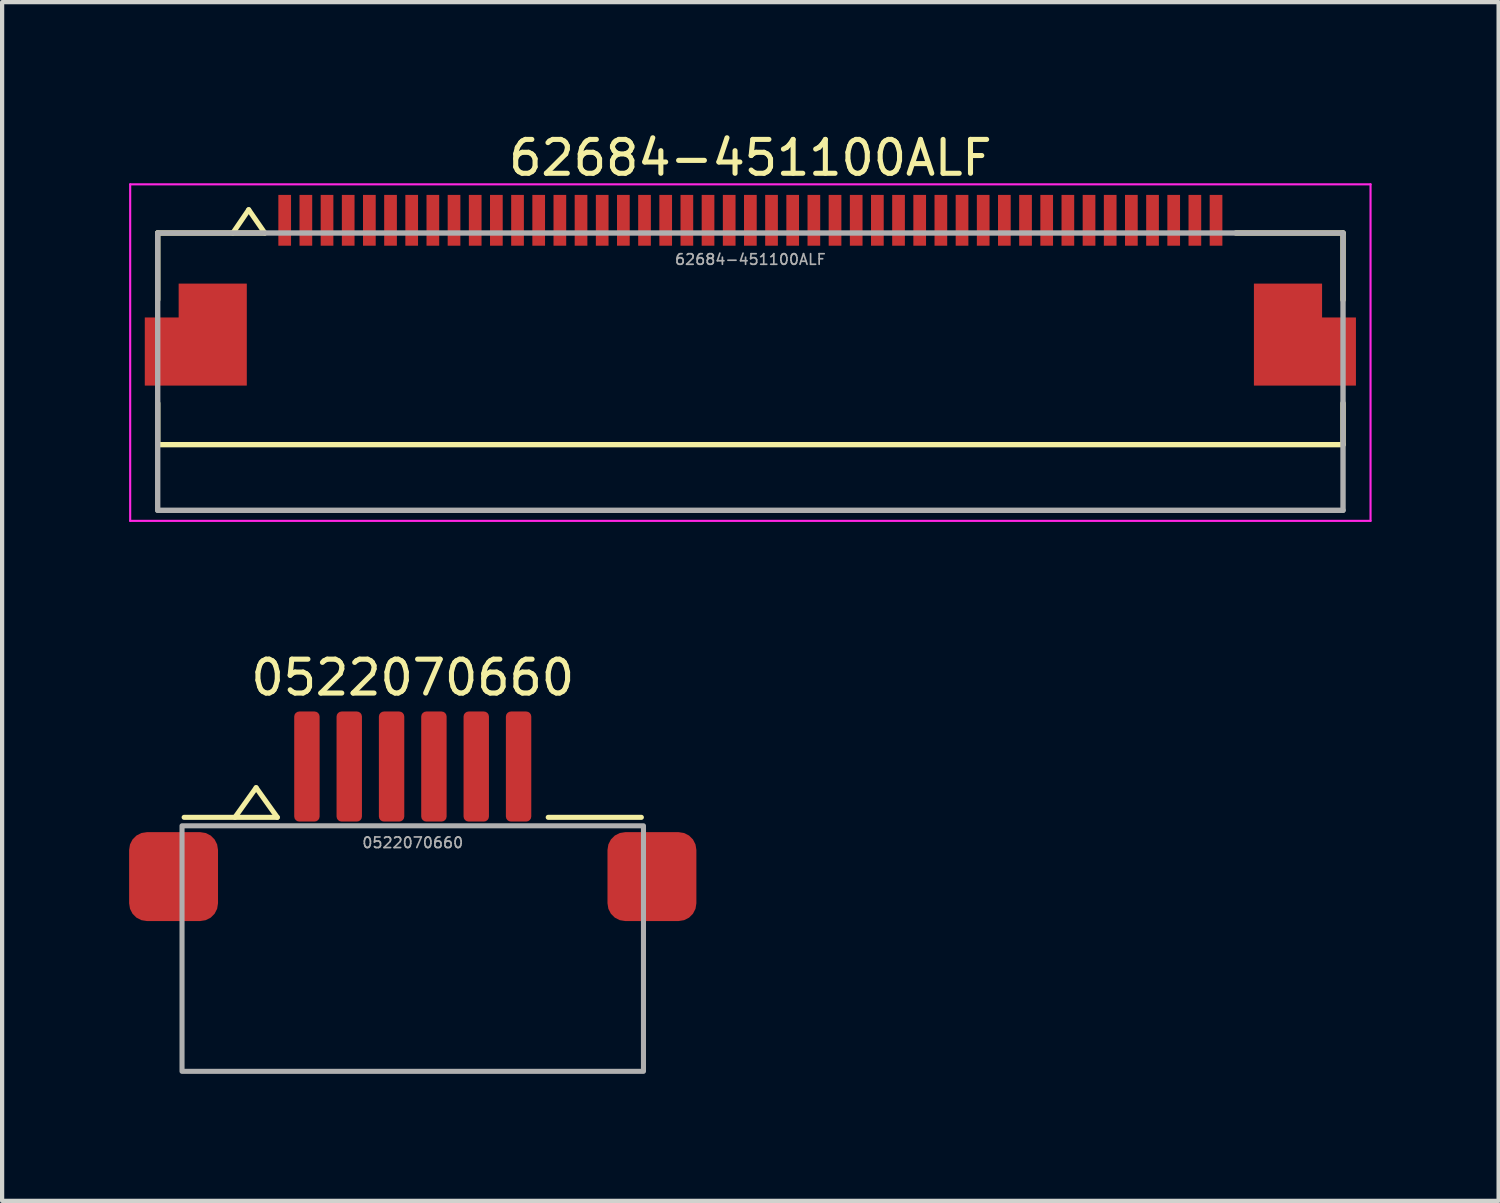
<source format=kicad_pcb>
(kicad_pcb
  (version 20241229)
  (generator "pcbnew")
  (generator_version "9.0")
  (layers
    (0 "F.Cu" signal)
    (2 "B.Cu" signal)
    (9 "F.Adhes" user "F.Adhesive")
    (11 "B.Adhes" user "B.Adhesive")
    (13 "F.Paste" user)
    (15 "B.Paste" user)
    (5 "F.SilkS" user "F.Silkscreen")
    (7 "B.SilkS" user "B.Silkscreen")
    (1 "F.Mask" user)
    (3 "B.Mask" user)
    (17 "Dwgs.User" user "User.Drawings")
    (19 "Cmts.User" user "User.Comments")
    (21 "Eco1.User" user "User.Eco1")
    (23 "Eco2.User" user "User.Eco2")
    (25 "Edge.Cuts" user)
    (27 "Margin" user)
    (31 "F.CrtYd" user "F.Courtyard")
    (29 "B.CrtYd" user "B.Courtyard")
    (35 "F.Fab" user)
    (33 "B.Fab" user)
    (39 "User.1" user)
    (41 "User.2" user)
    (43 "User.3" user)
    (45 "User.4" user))
  (footprint "62684-451100ALF"
    (layer "F.Cu")
    (at 14.675 2.154)
    (property "Reference" "62684-451100ALF" (at 0 -1.475 0) (unlocked yes) (layer "F.SilkS") (effects (font (size 0.8 0.8) (thickness 0.12))))
    (attr smd)
    (fp_line (start -14 0.3) (end -14 1.88) (stroke (width 0.127) (type solid)) (layer "F.SilkS"))
    (fp_line (start -14 0.3) (end -11.47 0.3) (stroke (width 0.127) (type solid)) (layer "F.SilkS"))
    (fp_line (start -14 5.3) (end -14 4.32) (stroke (width 0.127) (type solid)) (layer "F.SilkS"))
    (fp_line (start -11.85 -0.25) (end -12.225 0.3) (stroke (width 0.12) (type default)) (layer "F.SilkS"))
    (fp_line (start -11.47 0.3) (end -11.85 -0.25) (stroke (width 0.12) (type default)) (layer "F.SilkS"))
    (fp_line (start 14 0.3) (end 11.47 0.3) (stroke (width 0.127) (type solid)) (layer "F.SilkS"))
    (fp_line (start 14 1.88) (end 14 0.3) (stroke (width 0.127) (type solid)) (layer "F.SilkS"))
    (fp_line (start 14 4.32) (end 14 5.3) (stroke (width 0.127) (type solid)) (layer "F.SilkS"))
    (fp_line (start 14 5.3) (end -14 5.3) (stroke (width 0.127) (type solid)) (layer "F.SilkS"))
    (fp_rect (start -14.3 2.3) (end -11.9 3.9) (stroke (width 0) (type default)) (fill yes) (layer "F.Paste"))
    (fp_rect (start 11.9 2.3) (end 14.3 3.9) (stroke (width 0) (type default)) (fill yes) (layer "F.Paste"))
    (fp_line (start -14.65 -0.85) (end 14.65 -0.85) (stroke (width 0.05) (type solid)) (layer "F.CrtYd"))
    (fp_line (start -14.65 7.1) (end -14.65 -0.85) (stroke (width 0.05) (type solid)) (layer "F.CrtYd"))
    (fp_line (start 14.65 -0.85) (end 14.65 7.1) (stroke (width 0.05) (type solid)) (layer "F.CrtYd"))
    (fp_line (start 14.65 7.1) (end -14.65 7.1) (stroke (width 0.05) (type solid)) (layer "F.CrtYd"))
    (fp_line (start -14 0.3) (end 14 0.3) (stroke (width 0.127) (type solid)) (layer "F.Fab"))
    (fp_line (start -14 6.85) (end -14 0.3) (stroke (width 0.127) (type solid)) (layer "F.Fab"))
    (fp_line (start 14 0.3) (end 14 6.85) (stroke (width 0.127) (type solid)) (layer "F.Fab"))
    (fp_line (start 14 6.85) (end -14 6.85) (stroke (width 0.127) (type solid)) (layer "F.Fab"))
    (fp_text user "${REFERENCE}" (at 0 0.925 0) (unlocked yes) (layer "F.Fab") (effects (font (size 0.25 0.25) (thickness 0.04))))
    (pad "01" smd rect (at -11 0) (size 0.3 1.2) (layers "F.Cu" "F.Mask" "F.Paste"))
    (pad "02" smd rect (at -10.5 0) (size 0.3 1.2) (layers "F.Cu" "F.Mask" "F.Paste"))
    (pad "03" smd rect (at -10 0) (size 0.3 1.2) (layers "F.Cu" "F.Mask" "F.Paste"))
    (pad "04" smd rect (at -9.5 0) (size 0.3 1.2) (layers "F.Cu" "F.Mask" "F.Paste"))
    (pad "05" smd rect (at -9 0) (size 0.3 1.2) (layers "F.Cu" "F.Mask" "F.Paste"))
    (pad "06" smd rect (at -8.5 0) (size 0.3 1.2) (layers "F.Cu" "F.Mask" "F.Paste"))
    (pad "07" smd rect (at -8 0) (size 0.3 1.2) (layers "F.Cu" "F.Mask" "F.Paste"))
    (pad "08" smd rect (at -7.5 0) (size 0.3 1.2) (layers "F.Cu" "F.Mask" "F.Paste"))
    (pad "09" smd rect (at -7 0) (size 0.3 1.2) (layers "F.Cu" "F.Mask" "F.Paste"))
    (pad "10" smd rect (at -6.5 0) (size 0.3 1.2) (layers "F.Cu" "F.Mask" "F.Paste"))
    (pad "11" smd rect (at -6 0) (size 0.3 1.2) (layers "F.Cu" "F.Mask" "F.Paste"))
    (pad "12" smd rect (at -5.5 0) (size 0.3 1.2) (layers "F.Cu" "F.Mask" "F.Paste"))
    (pad "13" smd rect (at -5 0) (size 0.3 1.2) (layers "F.Cu" "F.Mask" "F.Paste"))
    (pad "14" smd rect (at -4.5 0) (size 0.3 1.2) (layers "F.Cu" "F.Mask" "F.Paste"))
    (pad "15" smd rect (at -4 0) (size 0.3 1.2) (layers "F.Cu" "F.Mask" "F.Paste"))
    (pad "16" smd rect (at -3.5 0) (size 0.3 1.2) (layers "F.Cu" "F.Mask" "F.Paste"))
    (pad "17" smd rect (at -3 0) (size 0.3 1.2) (layers "F.Cu" "F.Mask" "F.Paste"))
    (pad "18" smd rect (at -2.5 0) (size 0.3 1.2) (layers "F.Cu" "F.Mask" "F.Paste"))
    (pad "19" smd rect (at -2 0) (size 0.3 1.2) (layers "F.Cu" "F.Mask" "F.Paste"))
    (pad "20" smd rect (at -1.5 0) (size 0.3 1.2) (layers "F.Cu" "F.Mask" "F.Paste"))
    (pad "21" smd rect (at -1 0) (size 0.3 1.2) (layers "F.Cu" "F.Mask" "F.Paste"))
    (pad "22" smd rect (at -0.5 0) (size 0.3 1.2) (layers "F.Cu" "F.Mask" "F.Paste"))
    (pad "23" smd rect (at 0 0) (size 0.3 1.2) (layers "F.Cu" "F.Mask" "F.Paste"))
    (pad "24" smd rect (at 0.5 0) (size 0.3 1.2) (layers "F.Cu" "F.Mask" "F.Paste"))
    (pad "25" smd rect (at 1 0) (size 0.3 1.2) (layers "F.Cu" "F.Mask" "F.Paste"))
    (pad "26" smd rect (at 1.5 0) (size 0.3 1.2) (layers "F.Cu" "F.Mask" "F.Paste"))
    (pad "27" smd rect (at 2 0) (size 0.3 1.2) (layers "F.Cu" "F.Mask" "F.Paste"))
    (pad "28" smd rect (at 2.5 0) (size 0.3 1.2) (layers "F.Cu" "F.Mask" "F.Paste"))
    (pad "29" smd rect (at 3 0) (size 0.3 1.2) (layers "F.Cu" "F.Mask" "F.Paste"))
    (pad "30" smd rect (at 3.5 0) (size 0.3 1.2) (layers "F.Cu" "F.Mask" "F.Paste"))
    (pad "31" smd rect (at 4 0) (size 0.3 1.2) (layers "F.Cu" "F.Mask" "F.Paste"))
    (pad "32" smd rect (at 4.5 0) (size 0.3 1.2) (layers "F.Cu" "F.Mask" "F.Paste"))
    (pad "33" smd rect (at 5 0) (size 0.3 1.2) (layers "F.Cu" "F.Mask" "F.Paste"))
    (pad "34" smd rect (at 5.5 0) (size 0.3 1.2) (layers "F.Cu" "F.Mask" "F.Paste"))
    (pad "35" smd rect (at 6 0) (size 0.3 1.2) (layers "F.Cu" "F.Mask" "F.Paste"))
    (pad "36" smd rect (at 6.5 0) (size 0.3 1.2) (layers "F.Cu" "F.Mask" "F.Paste"))
    (pad "37" smd rect (at 7 0) (size 0.3 1.2) (layers "F.Cu" "F.Mask" "F.Paste"))
    (pad "38" smd rect (at 7.5 0) (size 0.3 1.2) (layers "F.Cu" "F.Mask" "F.Paste"))
    (pad "39" smd rect (at 8 0) (size 0.3 1.2) (layers "F.Cu" "F.Mask" "F.Paste"))
    (pad "40" smd rect (at 8.5 0) (size 0.3 1.2) (layers "F.Cu" "F.Mask" "F.Paste"))
    (pad "41" smd rect (at 9 0) (size 0.3 1.2) (layers "F.Cu" "F.Mask" "F.Paste"))
    (pad "42" smd rect (at 9.5 0) (size 0.3 1.2) (layers "F.Cu" "F.Mask" "F.Paste"))
    (pad "43" smd rect (at 10 0) (size 0.3 1.2) (layers "F.Cu" "F.Mask" "F.Paste"))
    (pad "44" smd rect (at 10.5 0) (size 0.3 1.2) (layers "F.Cu" "F.Mask" "F.Paste"))
    (pad "45" smd rect (at 11 0) (size 0.3 1.2) (layers "F.Cu" "F.Mask" "F.Paste"))
    (pad "MP" smd custom (at -12.7 3.1) (size 1.4 1.4) (layers "F.Cu" "F.Mask") (options (anchor rect)) (primitives (gr_poly (pts (xy 0.8 -1.6) (xy -0.8 -1.6) (xy -0.8 -0.8) (xy -1.6 -0.8) (xy -1.6 0.8) (xy 0.8 0.8)) (width 0.01) (fill yes))))
    (pad "MP" smd custom (at 12.7 3.1) (size 1.4 1.4) (layers "F.Cu" "F.Mask") (options (anchor rect)) (primitives (gr_poly (pts (xy -0.8 -1.6) (xy 0.8 -1.6) (xy 0.8 -0.8) (xy 1.6 -0.8) (xy 1.6 0.8) (xy -0.8 0.8)) (width 0.01) (fill yes)))))
  (footprint "0522070660"
    (layer "F.Cu")
    (at 6.7 15.057)
    (property "Reference" "0522070660" (at 0 -2.1 0) (unlocked yes) (layer "F.SilkS") (effects (font (size 0.8 0.8) (thickness 0.12))))
    (attr smd)
    (fp_line (start -5.4 1.2) (end -3.2 1.2) (stroke (width 0.12) (type default)) (layer "F.SilkS"))
    (fp_line (start -3.7 0.5) (end -4.2 1.2) (stroke (width 0.12) (type default)) (layer "F.SilkS"))
    (fp_line (start -3.2 1.2) (end -3.7 0.5) (stroke (width 0.12) (type default)) (layer "F.SilkS"))
    (fp_line (start 5.4 1.2) (end 3.2 1.2) (stroke (width 0.12) (type default)) (layer "F.SilkS"))
    (fp_rect (start -5.45 1.4) (end 5.45 7.2) (stroke (width 0.12) (type default)) (fill no) (layer "F.Fab"))
    (fp_text user "${REFERENCE}" (at 0 1.8 0) (unlocked yes) (layer "F.Fab") (effects (font (size 0.25 0.25) (thickness 0.04))))
    (pad "1" smd roundrect (at -2.5 0) (size 0.6 2.6) (layers "F.Cu" "F.Mask" "F.Paste") (roundrect_rratio 0.2))
    (pad "2" smd roundrect (at -1.5 0) (size 0.6 2.6) (layers "F.Cu" "F.Mask" "F.Paste") (roundrect_rratio 0.2))
    (pad "3" smd roundrect (at -0.5 0) (size 0.6 2.6) (layers "F.Cu" "F.Mask" "F.Paste") (roundrect_rratio 0.2))
    (pad "4" smd roundrect (at 0.5 0) (size 0.6 2.6) (layers "F.Cu" "F.Mask" "F.Paste") (roundrect_rratio 0.2))
    (pad "5" smd roundrect (at 1.5 0) (size 0.6 2.6) (layers "F.Cu" "F.Mask" "F.Paste") (roundrect_rratio 0.2))
    (pad "6" smd roundrect (at 2.5 0) (size 0.6 2.6) (layers "F.Cu" "F.Mask" "F.Paste") (roundrect_rratio 0.2))
    (pad "MP" smd roundrect (at -5.65 2.6) (size 2.1 2.1) (layers "F.Cu" "F.Mask" "F.Paste") (roundrect_rratio 0.2))
    (pad "MP" smd roundrect (at 5.65 2.6) (size 2.1 2.1) (layers "F.Cu" "F.Mask" "F.Paste") (roundrect_rratio 0.2)))
  (gr_rect
    (start -3 -3)
    (end 32.35 25.317)
    (stroke (width 0.1) (type default))
    (fill no)
    (layer "Edge.Cuts")))
</source>
